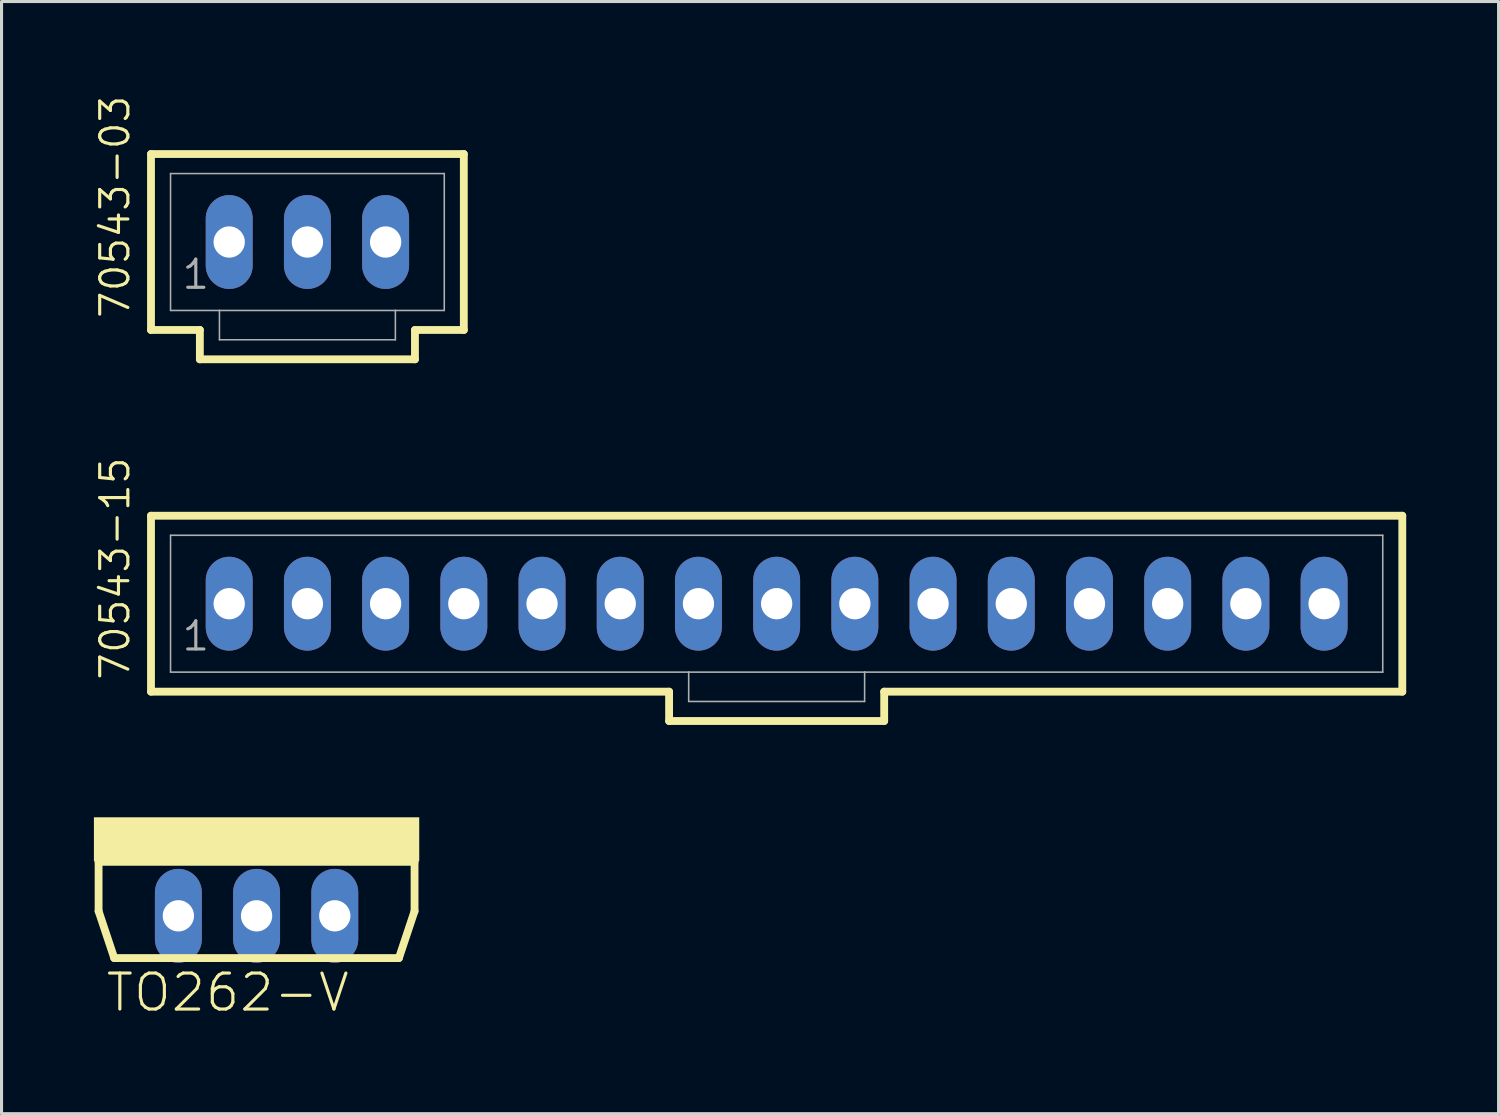
<source format=kicad_pcb>
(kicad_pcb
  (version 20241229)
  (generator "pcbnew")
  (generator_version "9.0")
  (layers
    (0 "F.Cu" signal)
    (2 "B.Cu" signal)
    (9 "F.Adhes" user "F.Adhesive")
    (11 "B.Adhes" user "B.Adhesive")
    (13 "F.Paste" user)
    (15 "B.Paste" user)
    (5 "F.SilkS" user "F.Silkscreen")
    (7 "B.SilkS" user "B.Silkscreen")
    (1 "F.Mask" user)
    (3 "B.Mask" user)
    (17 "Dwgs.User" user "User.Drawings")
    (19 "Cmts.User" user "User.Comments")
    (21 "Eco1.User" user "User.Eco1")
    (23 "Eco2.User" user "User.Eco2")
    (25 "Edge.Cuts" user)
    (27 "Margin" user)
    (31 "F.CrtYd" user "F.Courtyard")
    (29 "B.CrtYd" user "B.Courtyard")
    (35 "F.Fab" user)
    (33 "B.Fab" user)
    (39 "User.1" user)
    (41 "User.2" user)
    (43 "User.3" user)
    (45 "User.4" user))
  (footprint "70543-15"
    (layer "F.Cu")
    (at 22.174 16.557)
    (property "Reference" "70543-15" (at -20.955 2.54 90) (layer "F.SilkS") (effects (font (size 0.914 0.914) (thickness 0.102)) (justify left bottom)))
    (fp_line (start -20.32 -2.857) (end -20.32 2.857) (stroke (width 0.254) (type solid)) (layer "F.SilkS"))
    (fp_line (start -20.32 2.857) (end -3.493 2.857) (stroke (width 0.254) (type solid)) (layer "F.SilkS"))
    (fp_line (start -3.493 2.857) (end -3.493 3.81) (stroke (width 0.254) (type solid)) (layer "F.SilkS"))
    (fp_line (start -3.493 3.81) (end 3.493 3.81) (stroke (width 0.254) (type solid)) (layer "F.SilkS"))
    (fp_line (start 3.493 2.857) (end 20.32 2.857) (stroke (width 0.254) (type solid)) (layer "F.SilkS"))
    (fp_line (start 3.493 3.81) (end 3.493 2.857) (stroke (width 0.254) (type solid)) (layer "F.SilkS"))
    (fp_line (start 20.32 -2.857) (end -20.32 -2.857) (stroke (width 0.254) (type solid)) (layer "F.SilkS"))
    (fp_line (start 20.32 2.857) (end 20.32 -2.857) (stroke (width 0.254) (type solid)) (layer "F.SilkS"))
    (fp_line (start -19.685 -2.223) (end -19.685 2.223) (stroke (width 0.051) (type solid)) (layer "F.Fab"))
    (fp_line (start -19.685 -2.223) (end 19.685 -2.223) (stroke (width 0.051) (type solid)) (layer "F.Fab"))
    (fp_line (start -19.685 2.223) (end -2.857 2.223) (stroke (width 0.051) (type solid)) (layer "F.Fab"))
    (fp_line (start -2.857 2.223) (end -2.857 3.175) (stroke (width 0.051) (type solid)) (layer "F.Fab"))
    (fp_line (start -2.857 2.223) (end 2.857 2.223) (stroke (width 0.051) (type solid)) (layer "F.Fab"))
    (fp_line (start 2.857 2.223) (end 2.857 3.175) (stroke (width 0.051) (type solid)) (layer "F.Fab"))
    (fp_line (start 2.857 2.223) (end 19.685 2.223) (stroke (width 0.051) (type solid)) (layer "F.Fab"))
    (fp_line (start 2.857 3.175) (end -2.857 3.175) (stroke (width 0.051) (type solid)) (layer "F.Fab"))
    (fp_line (start 19.685 -2.223) (end 19.685 2.223) (stroke (width 0.051) (type solid)) (layer "F.Fab"))
    (fp_poly (pts (xy -18.018 0.238) (xy -17.542 0.238) (xy -17.542 -0.238) (xy -18.018 -0.238)) (stroke (width 0.1) (type default)) (fill no) (layer "F.Fab"))
    (fp_poly (pts (xy -15.478 0.238) (xy -15.002 0.238) (xy -15.002 -0.238) (xy -15.478 -0.238)) (stroke (width 0.1) (type default)) (fill no) (layer "F.Fab"))
    (fp_poly (pts (xy -12.938 0.238) (xy -12.462 0.238) (xy -12.462 -0.238) (xy -12.938 -0.238)) (stroke (width 0.1) (type default)) (fill no) (layer "F.Fab"))
    (fp_poly (pts (xy -10.398 0.238) (xy -9.922 0.238) (xy -9.922 -0.238) (xy -10.398 -0.238)) (stroke (width 0.1) (type default)) (fill no) (layer "F.Fab"))
    (fp_poly (pts (xy -7.858 0.238) (xy -7.382 0.238) (xy -7.382 -0.238) (xy -7.858 -0.238)) (stroke (width 0.1) (type default)) (fill no) (layer "F.Fab"))
    (fp_poly (pts (xy -5.318 0.238) (xy -4.842 0.238) (xy -4.842 -0.238) (xy -5.318 -0.238)) (stroke (width 0.1) (type default)) (fill no) (layer "F.Fab"))
    (fp_poly (pts (xy -2.778 0.238) (xy -2.302 0.238) (xy -2.302 -0.238) (xy -2.778 -0.238)) (stroke (width 0.1) (type default)) (fill no) (layer "F.Fab"))
    (fp_poly (pts (xy -0.238 0.238) (xy 0.238 0.238) (xy 0.238 -0.238) (xy -0.238 -0.238)) (stroke (width 0.1) (type default)) (fill no) (layer "F.Fab"))
    (fp_poly (pts (xy 2.302 0.238) (xy 2.778 0.238) (xy 2.778 -0.238) (xy 2.302 -0.238)) (stroke (width 0.1) (type default)) (fill no) (layer "F.Fab"))
    (fp_poly (pts (xy 4.842 0.238) (xy 5.318 0.238) (xy 5.318 -0.238) (xy 4.842 -0.238)) (stroke (width 0.1) (type default)) (fill no) (layer "F.Fab"))
    (fp_poly (pts (xy 7.382 0.238) (xy 7.858 0.238) (xy 7.858 -0.238) (xy 7.382 -0.238)) (stroke (width 0.1) (type default)) (fill no) (layer "F.Fab"))
    (fp_poly (pts (xy 9.922 0.238) (xy 10.398 0.238) (xy 10.398 -0.238) (xy 9.922 -0.238)) (stroke (width 0.1) (type default)) (fill no) (layer "F.Fab"))
    (fp_poly (pts (xy 12.462 0.238) (xy 12.938 0.238) (xy 12.938 -0.238) (xy 12.462 -0.238)) (stroke (width 0.1) (type default)) (fill no) (layer "F.Fab"))
    (fp_poly (pts (xy 15.002 0.238) (xy 15.478 0.238) (xy 15.478 -0.238) (xy 15.002 -0.238)) (stroke (width 0.1) (type default)) (fill no) (layer "F.Fab"))
    (fp_poly (pts (xy 17.542 0.238) (xy 18.018 0.238) (xy 18.018 -0.238) (xy 17.542 -0.238)) (stroke (width 0.1) (type default)) (fill no) (layer "F.Fab"))
    (fp_text user "1" (at -19.367 1.587 0) (layer "F.Fab") (effects (font (size 0.914 0.914) (thickness 0.102)) (justify left bottom)))
    (pad "1" thru_hole oval (at -17.78 0 90) (size 3.048 1.524) (drill 1.016) (layers "*.Cu" "*.Mask"))
    (pad "2" thru_hole oval (at -15.24 0 90) (size 3.048 1.524) (drill 1.016) (layers "*.Cu" "*.Mask"))
    (pad "3" thru_hole oval (at -12.7 0 90) (size 3.048 1.524) (drill 1.016) (layers "*.Cu" "*.Mask"))
    (pad "4" thru_hole oval (at -10.16 0 90) (size 3.048 1.524) (drill 1.016) (layers "*.Cu" "*.Mask"))
    (pad "5" thru_hole oval (at -7.62 0 90) (size 3.048 1.524) (drill 1.016) (layers "*.Cu" "*.Mask"))
    (pad "6" thru_hole oval (at -5.08 0 90) (size 3.048 1.524) (drill 1.016) (layers "*.Cu" "*.Mask"))
    (pad "7" thru_hole oval (at -2.54 0 90) (size 3.048 1.524) (drill 1.016) (layers "*.Cu" "*.Mask"))
    (pad "8" thru_hole oval (at 0 0 90) (size 3.048 1.524) (drill 1.016) (layers "*.Cu" "*.Mask"))
    (pad "9" thru_hole oval (at 2.54 0 90) (size 3.048 1.524) (drill 1.016) (layers "*.Cu" "*.Mask"))
    (pad "10" thru_hole oval (at 5.08 0 90) (size 3.048 1.524) (drill 1.016) (layers "*.Cu" "*.Mask"))
    (pad "11" thru_hole oval (at 7.62 0 90) (size 3.048 1.524) (drill 1.016) (layers "*.Cu" "*.Mask"))
    (pad "12" thru_hole oval (at 10.16 0 90) (size 3.048 1.524) (drill 1.016) (layers "*.Cu" "*.Mask"))
    (pad "13" thru_hole oval (at 12.7 0 90) (size 3.048 1.524) (drill 1.016) (layers "*.Cu" "*.Mask"))
    (pad "14" thru_hole oval (at 15.24 0 90) (size 3.048 1.524) (drill 1.016) (layers "*.Cu" "*.Mask"))
    (pad "15" thru_hole oval (at 17.78 0 90) (size 3.048 1.524) (drill 1.016) (layers "*.Cu" "*.Mask")))
  (footprint "TO262-V"
    (layer "F.Cu")
    (at 5.283 26.694)
    (property "Reference" "TO262-V" (at -4.953 3.175 0) (layer "F.SilkS") (effects (font (size 1.168 1.168) (thickness 0.102)) (justify left bottom)))
    (fp_line (start -5.131 -1.753) (end -5.131 -0.152) (stroke (width 0.254) (type solid)) (layer "F.SilkS"))
    (fp_line (start -5.131 -1.753) (end 5.131 -1.753) (stroke (width 0.254) (type solid)) (layer "F.SilkS"))
    (fp_line (start -5.131 -0.152) (end -4.623 1.372) (stroke (width 0.254) (type solid)) (layer "F.SilkS"))
    (fp_line (start -4.623 1.372) (end 4.623 1.372) (stroke (width 0.254) (type solid)) (layer "F.SilkS"))
    (fp_line (start 4.623 1.372) (end 5.131 -0.152) (stroke (width 0.254) (type solid)) (layer "F.SilkS"))
    (fp_line (start 5.131 -0.152) (end 5.131 -1.753) (stroke (width 0.254) (type solid)) (layer "F.SilkS"))
    (fp_poly (pts (xy -5.283 -1.778) (xy 5.283 -1.778) (xy 5.283 -3.2) (xy -5.283 -3.2)) (stroke (width 0) (type default)) (fill yes) (layer "F.SilkS"))
    (pad "1" thru_hole oval (at -2.54 0 90) (size 3.048 1.524) (drill 1.016) (layers "*.Cu" "*.Mask"))
    (pad "2" thru_hole oval (at 0 0 90) (size 3.048 1.524) (drill 1.016) (layers "*.Cu" "*.Mask"))
    (pad "3" thru_hole oval (at 2.54 0 90) (size 3.048 1.524) (drill 1.016) (layers "*.Cu" "*.Mask")))
  (footprint "70543-03"
    (layer "F.Cu")
    (at 6.934 4.81)
    (property "Reference" "70543-03" (at -5.715 2.54 90) (layer "F.SilkS") (effects (font (size 0.914 0.914) (thickness 0.102)) (justify left bottom)))
    (fp_line (start -5.08 -2.857) (end -5.08 2.857) (stroke (width 0.254) (type solid)) (layer "F.SilkS"))
    (fp_line (start -5.08 2.857) (end -3.493 2.857) (stroke (width 0.254) (type solid)) (layer "F.SilkS"))
    (fp_line (start -3.493 2.857) (end -3.493 3.81) (stroke (width 0.254) (type solid)) (layer "F.SilkS"))
    (fp_line (start -3.493 3.81) (end 3.493 3.81) (stroke (width 0.254) (type solid)) (layer "F.SilkS"))
    (fp_line (start 3.493 2.857) (end 5.08 2.857) (stroke (width 0.254) (type solid)) (layer "F.SilkS"))
    (fp_line (start 3.493 3.81) (end 3.493 2.857) (stroke (width 0.254) (type solid)) (layer "F.SilkS"))
    (fp_line (start 5.08 -2.857) (end -5.08 -2.857) (stroke (width 0.254) (type solid)) (layer "F.SilkS"))
    (fp_line (start 5.08 2.857) (end 5.08 -2.857) (stroke (width 0.254) (type solid)) (layer "F.SilkS"))
    (fp_line (start -4.445 -2.223) (end -4.445 2.223) (stroke (width 0.051) (type solid)) (layer "F.Fab"))
    (fp_line (start -4.445 -2.223) (end 4.445 -2.223) (stroke (width 0.051) (type solid)) (layer "F.Fab"))
    (fp_line (start -4.445 2.223) (end -2.857 2.223) (stroke (width 0.051) (type solid)) (layer "F.Fab"))
    (fp_line (start -2.857 2.223) (end -2.857 3.175) (stroke (width 0.051) (type solid)) (layer "F.Fab"))
    (fp_line (start -2.857 2.223) (end 2.857 2.223) (stroke (width 0.051) (type solid)) (layer "F.Fab"))
    (fp_line (start 2.857 2.223) (end 2.857 3.175) (stroke (width 0.051) (type solid)) (layer "F.Fab"))
    (fp_line (start 2.857 2.223) (end 4.445 2.223) (stroke (width 0.051) (type solid)) (layer "F.Fab"))
    (fp_line (start 2.857 3.175) (end -2.857 3.175) (stroke (width 0.051) (type solid)) (layer "F.Fab"))
    (fp_line (start 4.445 -2.223) (end 4.445 2.223) (stroke (width 0.051) (type solid)) (layer "F.Fab"))
    (fp_poly (pts (xy -2.778 0.238) (xy -2.302 0.238) (xy -2.302 -0.238) (xy -2.778 -0.238)) (stroke (width 0.1) (type default)) (fill no) (layer "F.Fab"))
    (fp_poly (pts (xy -0.238 0.238) (xy 0.238 0.238) (xy 0.238 -0.238) (xy -0.238 -0.238)) (stroke (width 0.1) (type default)) (fill no) (layer "F.Fab"))
    (fp_poly (pts (xy 2.302 0.238) (xy 2.778 0.238) (xy 2.778 -0.238) (xy 2.302 -0.238)) (stroke (width 0.1) (type default)) (fill no) (layer "F.Fab"))
    (fp_text user "1" (at -4.128 1.587 0) (layer "F.Fab") (effects (font (size 0.914 0.914) (thickness 0.102)) (justify left bottom)))
    (pad "1" thru_hole oval (at -2.54 0 90) (size 3.048 1.524) (drill 1.016) (layers "*.Cu" "*.Mask"))
    (pad "2" thru_hole oval (at 0 0 90) (size 3.048 1.524) (drill 1.016) (layers "*.Cu" "*.Mask"))
    (pad "3" thru_hole oval (at 2.54 0 90) (size 3.048 1.524) (drill 1.016) (layers "*.Cu" "*.Mask")))
  (gr_rect
    (start -3 -3)
    (end 45.621 33.12)
    (stroke (width 0.1) (type default))
    (fill no)
    (layer "Edge.Cuts")))
</source>
